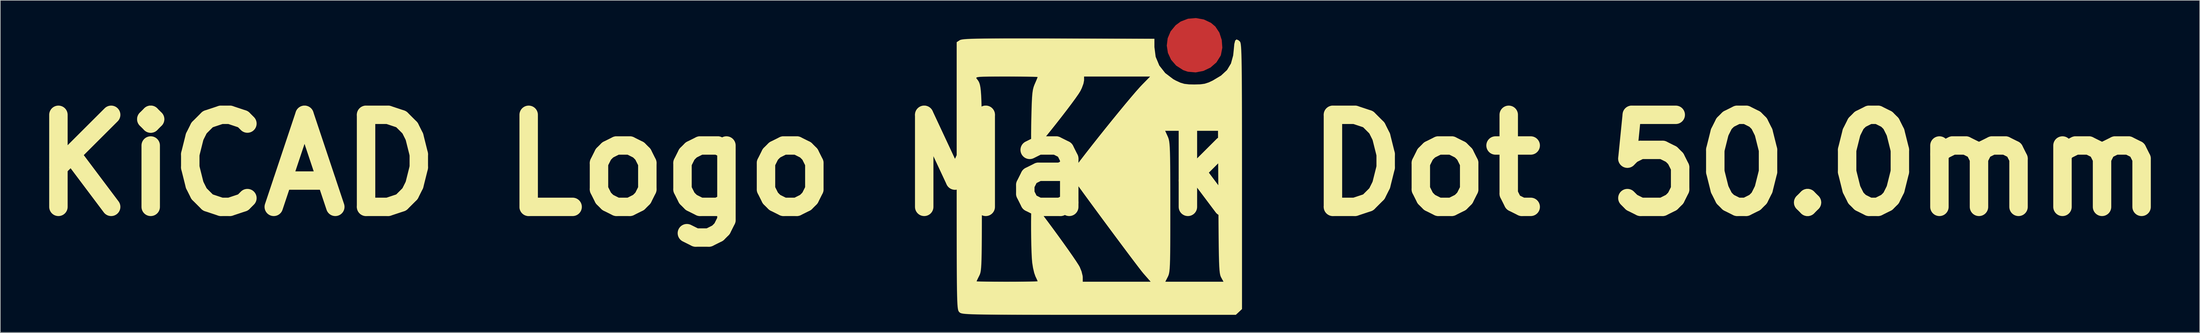
<source format=kicad_pcb>
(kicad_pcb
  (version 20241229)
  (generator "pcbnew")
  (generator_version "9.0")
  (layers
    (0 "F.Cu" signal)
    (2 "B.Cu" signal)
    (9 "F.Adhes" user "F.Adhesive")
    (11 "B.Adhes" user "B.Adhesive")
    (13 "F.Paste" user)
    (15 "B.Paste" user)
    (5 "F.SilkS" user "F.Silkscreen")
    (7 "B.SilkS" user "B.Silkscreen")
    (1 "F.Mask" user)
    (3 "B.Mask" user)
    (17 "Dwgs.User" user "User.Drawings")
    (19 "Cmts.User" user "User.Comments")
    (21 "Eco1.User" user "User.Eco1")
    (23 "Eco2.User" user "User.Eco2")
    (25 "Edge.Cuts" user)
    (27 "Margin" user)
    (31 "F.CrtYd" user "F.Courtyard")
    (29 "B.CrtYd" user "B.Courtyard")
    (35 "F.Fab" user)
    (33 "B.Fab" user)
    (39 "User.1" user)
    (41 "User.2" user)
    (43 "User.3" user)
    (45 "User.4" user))
  (footprint "KiCAD Logo Mask Dot 50.0mm"
    (layer "F.Cu")
    (at 183.12 24.985)
    (property "Reference" "KiCAD Logo Mask Dot 50.0mm" (at 0 0 180) (layer "F.SilkS") (effects (font (size 15.62 15.62) (thickness 3.12))))
    (attr board_only exclude_from_pos_files exclude_from_bom)
    (fp_poly (pts (xy 17.577 -24.73) (xy 18.788 -24.153) (xy 19.522 -23.533) (xy 20.203 -22.503) (xy 20.606 -21.255) (xy 20.703 -19.943) (xy 20.467 -18.719) (xy 20.406 -18.565) (xy 19.703 -17.445) (xy 18.703 -16.577) (xy 17.5 -16) (xy 16.191 -15.75) (xy 14.872 -15.863) (xy 14.086 -16.135) (xy 12.89 -16.905) (xy 12.024 -17.904) (xy 11.493 -19.06) (xy 11.301 -20.297) (xy 11.451 -21.54) (xy 11.948 -22.715) (xy 12.795 -23.747) (xy 13.653 -24.378) (xy 14.893 -24.859) (xy 16.24 -24.971)) (stroke (width 0) (type solid)) (fill yes) (layer "F.Cu"))
    (fp_poly (pts (xy 17.529 -24.743) (xy 18.74 -24.166) (xy 19.474 -23.546) (xy 20.155 -22.516) (xy 20.558 -21.268) (xy 20.655 -19.956) (xy 20.418 -18.732) (xy 20.358 -18.579) (xy 19.655 -17.458) (xy 18.655 -16.591) (xy 17.452 -16.013) (xy 16.143 -15.763) (xy 14.824 -15.876) (xy 14.038 -16.148) (xy 12.842 -16.918) (xy 11.976 -17.918) (xy 11.445 -19.073) (xy 11.253 -20.31) (xy 11.403 -21.553) (xy 11.9 -22.728) (xy 12.747 -23.761) (xy 13.605 -24.391) (xy 14.845 -24.873) (xy 16.192 -24.985)) (stroke (width 0) (type solid)) (fill yes) (layer "F.Mask"))
    (fp_poly (pts (xy -11.753 -21.514) (xy -8.861 -21.509) (xy -7.012 -21.504) (xy 9.209 -21.459) (xy 9.209 -20.043) (xy 9.42 -18.396) (xy 10.037 -16.916) (xy 11.039 -15.639) (xy 12.402 -14.6) (xy 12.852 -14.353) (xy 13.606 -14.006) (xy 14.277 -13.808) (xy 15.052 -13.719) (xy 15.947 -13.701) (xy 16.959 -13.726) (xy 17.71 -13.827) (xy 18.387 -14.045) (xy 19.069 -14.364) (xy 20.482 -15.209) (xy 21.497 -16.15) (xy 22.164 -17.263) (xy 22.536 -18.621) (xy 22.639 -19.597) (xy 22.731 -20.583) (xy 22.879 -21.155) (xy 23.111 -21.347) (xy 23.45 -21.193) (xy 23.68 -20.984) (xy 23.738 -20.892) (xy 23.789 -20.723) (xy 23.834 -20.449) (xy 23.874 -20.046) (xy 23.907 -19.488) (xy 23.936 -18.748) (xy 23.96 -17.802) (xy 23.98 -16.624) (xy 23.996 -15.187) (xy 24.008 -13.466) (xy 24.018 -11.436) (xy 24.025 -9.07) (xy 24.029 -6.342) (xy 24.031 -3.228) (xy 24.033 0.299) (xy 24.033 1.886) (xy 24.033 24.404) (xy 23.513 24.892) (xy 22.993 25.38) (xy -0.183 25.38) (xy -3.915 25.38) (xy -7.224 25.379) (xy -10.136 25.377) (xy -12.677 25.374) (xy -14.873 25.368) (xy -16.75 25.36) (xy -18.333 25.349) (xy -19.65 25.334) (xy -20.726 25.315) (xy -21.587 25.292) (xy -22.258 25.263) (xy -22.767 25.229) (xy -23.14 25.189) (xy -23.401 25.143) (xy -23.577 25.089) (xy -23.695 25.028) (xy -23.78 24.958) (xy -23.808 24.931) (xy -23.881 24.851) (xy -23.946 24.747) (xy -24.003 24.593) (xy -24.052 24.363) (xy -24.095 24.03) (xy -24.131 23.569) (xy -24.161 22.953) (xy -24.186 22.155) (xy -24.207 21.149) (xy -24.223 19.91) (xy -24.235 18.409) (xy -24.244 16.622) (xy -24.25 14.522) (xy -24.254 12.083) (xy -24.256 9.278) (xy -24.257 6.081) (xy -24.257 2.465) (xy -24.257 1.802) (xy -24.257 -14.778) (xy -20.935 -14.778) (xy -20.854 -14.655) (xy -20.689 -14.449) (xy -20.546 -14.232) (xy -20.424 -13.972) (xy -20.321 -13.636) (xy -20.236 -13.192) (xy -20.167 -12.607) (xy -20.112 -11.847) (xy -20.07 -10.881) (xy -20.039 -9.676) (xy -20.017 -8.199) (xy -20.003 -6.418) (xy -19.995 -4.299) (xy -19.991 -1.81) (xy -19.99 1.082) (xy -19.99 2.434) (xy -19.99 5.444) (xy -19.992 8.039) (xy -19.996 10.25) (xy -20.003 12.112) (xy -20.014 13.657) (xy -20.03 14.918) (xy -20.052 15.928) (xy -20.08 16.721) (xy -20.117 17.33) (xy -20.162 17.788) (xy -20.216 18.127) (xy -20.281 18.381) (xy -20.357 18.584) (xy -20.439 18.754) (xy -20.711 19.301) (xy -20.871 19.648) (xy -20.888 19.7) (xy -20.674 19.719) (xy -20.073 19.735) (xy -19.149 19.749) (xy -17.963 19.759) (xy -16.579 19.764) (xy -15.722 19.765) (xy -14.253 19.762) (xy -12.946 19.753) (xy -11.865 19.739) (xy -11.071 19.721) (xy -10.628 19.7) (xy -10.556 19.687) (xy -10.647 19.456) (xy -10.869 18.984) (xy -10.922 18.877) (xy -11.135 18.274) (xy -11.336 17.416) (xy -11.474 16.54) (xy -11.536 15.796) (xy -11.586 14.785) (xy -11.624 13.583) (xy -11.65 12.267) (xy -11.664 10.913) (xy -11.665 9.598) (xy -11.652 8.398) (xy -11.626 7.389) (xy -11.587 6.649) (xy -11.534 6.254) (xy -11.511 6.211) (xy -11.339 6.356) (xy -10.948 6.814) (xy -10.377 7.534) (xy -9.666 8.461) (xy -8.854 9.543) (xy -7.98 10.725) (xy -7.082 11.955) (xy -6.2 13.178) (xy -5.373 14.342) (xy -4.64 15.393) (xy -4.04 16.277) (xy -3.613 16.942) (xy -3.431 17.258) (xy -3.123 18.02) (xy -2.941 18.763) (xy -2.92 19.017) (xy -2.92 19.765) (xy 2.827 19.765) (xy 8.573 19.765) (xy 7.344 18.361) (xy 7.027 17.97) (xy 6.482 17.263) (xy 5.744 16.291) (xy 4.849 15.101) (xy 3.834 13.742) (xy 2.734 12.264) (xy 1.585 10.714) (xy 0.423 9.141) (xy -0.715 7.593) (xy -1.795 6.12) (xy -2.78 4.771) (xy -3.634 3.592) (xy -4.321 2.634) (xy -4.806 1.945) (xy -5.034 1.604) (xy -4.932 1.381) (xy -4.578 0.855) (xy -4.007 0.07) (xy -3.253 -0.931) (xy -2.35 -2.104) (xy -1.334 -3.406) (xy -0.239 -4.794) (xy 0.596 -5.84) (xy 11.028 -5.84) (xy 11.461 -4.885) (xy 11.56 -4.646) (xy 11.643 -4.378) (xy 11.711 -4.039) (xy 11.765 -3.59) (xy 11.808 -2.99) (xy 11.84 -2.198) (xy 11.864 -1.175) (xy 11.88 0.12) (xy 11.89 1.727) (xy 11.896 3.687) (xy 11.899 6.04) (xy 11.899 7.084) (xy 11.899 9.602) (xy 11.897 11.711) (xy 11.89 13.451) (xy 11.878 14.861) (xy 11.859 15.982) (xy 11.831 16.853) (xy 11.793 17.514) (xy 11.745 18.004) (xy 11.683 18.365) (xy 11.608 18.636) (xy 11.516 18.856) (xy 11.479 18.932) (xy 11.054 19.765) (xy 15.977 19.765) (xy 20.9 19.765) (xy 20.501 19.035) (xy 20.413 18.846) (xy 20.339 18.602) (xy 20.276 18.266) (xy 20.224 17.799) (xy 20.182 17.165) (xy 20.147 16.327) (xy 20.119 15.247) (xy 20.096 13.888) (xy 20.077 12.213) (xy 20.061 10.183) (xy 20.045 7.763) (xy 20.037 6.233) (xy 19.971 -5.84) (xy 15.499 -5.84) (xy 11.028 -5.84) (xy 0.596 -5.84) (xy 0.901 -6.223) (xy 2.051 -7.651) (xy 3.177 -9.034) (xy 4.243 -10.33) (xy 5.216 -11.493) (xy 6.06 -12.482) (xy 6.742 -13.252) (xy 7.105 -13.639) (xy 8.482 -15.048) (xy 2.893 -15.048) (xy -2.695 -15.048) (xy -2.695 -14.4) (xy -2.801 -13.841) (xy -3.073 -13.098) (xy -3.313 -12.6) (xy -3.625 -12.098) (xy -4.143 -11.354) (xy -4.825 -10.421) (xy -5.631 -9.351) (xy -6.518 -8.197) (xy -7.444 -7.012) (xy -8.368 -5.849) (xy -9.249 -4.761) (xy -10.043 -3.799) (xy -10.71 -3.018) (xy -11.208 -2.469) (xy -11.495 -2.206) (xy -11.542 -2.192) (xy -11.596 -2.443) (xy -11.634 -3.083) (xy -11.656 -4.052) (xy -11.66 -5.291) (xy -11.645 -6.738) (xy -11.631 -7.507) (xy -11.591 -9.201) (xy -11.55 -10.512) (xy -11.501 -11.507) (xy -11.438 -12.251) (xy -11.354 -12.812) (xy -11.243 -13.256) (xy -11.1 -13.649) (xy -11.038 -13.792) (xy -10.768 -14.416) (xy -10.594 -14.849) (xy -10.556 -14.965) (xy -10.771 -14.988) (xy -11.372 -15.009) (xy -12.3 -15.027) (xy -13.491 -15.04) (xy -14.883 -15.047) (xy -15.869 -15.048) (xy -17.545 -15.047) (xy -18.82 -15.039) (xy -19.745 -15.022) (xy -20.37 -14.991) (xy -20.744 -14.943) (xy -20.916 -14.873) (xy -20.935 -14.778) (xy -24.257 -14.778) (xy -24.257 -20.878) (xy -23.745 -21.213) (xy -23.6 -21.278) (xy -23.358 -21.334) (xy -22.986 -21.381) (xy -22.456 -21.42) (xy -21.737 -21.452) (xy -20.799 -21.476) (xy -19.611 -21.495) (xy -18.142 -21.507) (xy -16.364 -21.514) (xy -14.244 -21.516)) (stroke (width 0) (type solid)) (fill yes) (layer "F.SilkS")))
  (gr_rect
    (start -3 -3)
    (end 369.24 53.365)
    (stroke (width 0.1) (type default))
    (fill no)
    (layer "Edge.Cuts")))
</source>
